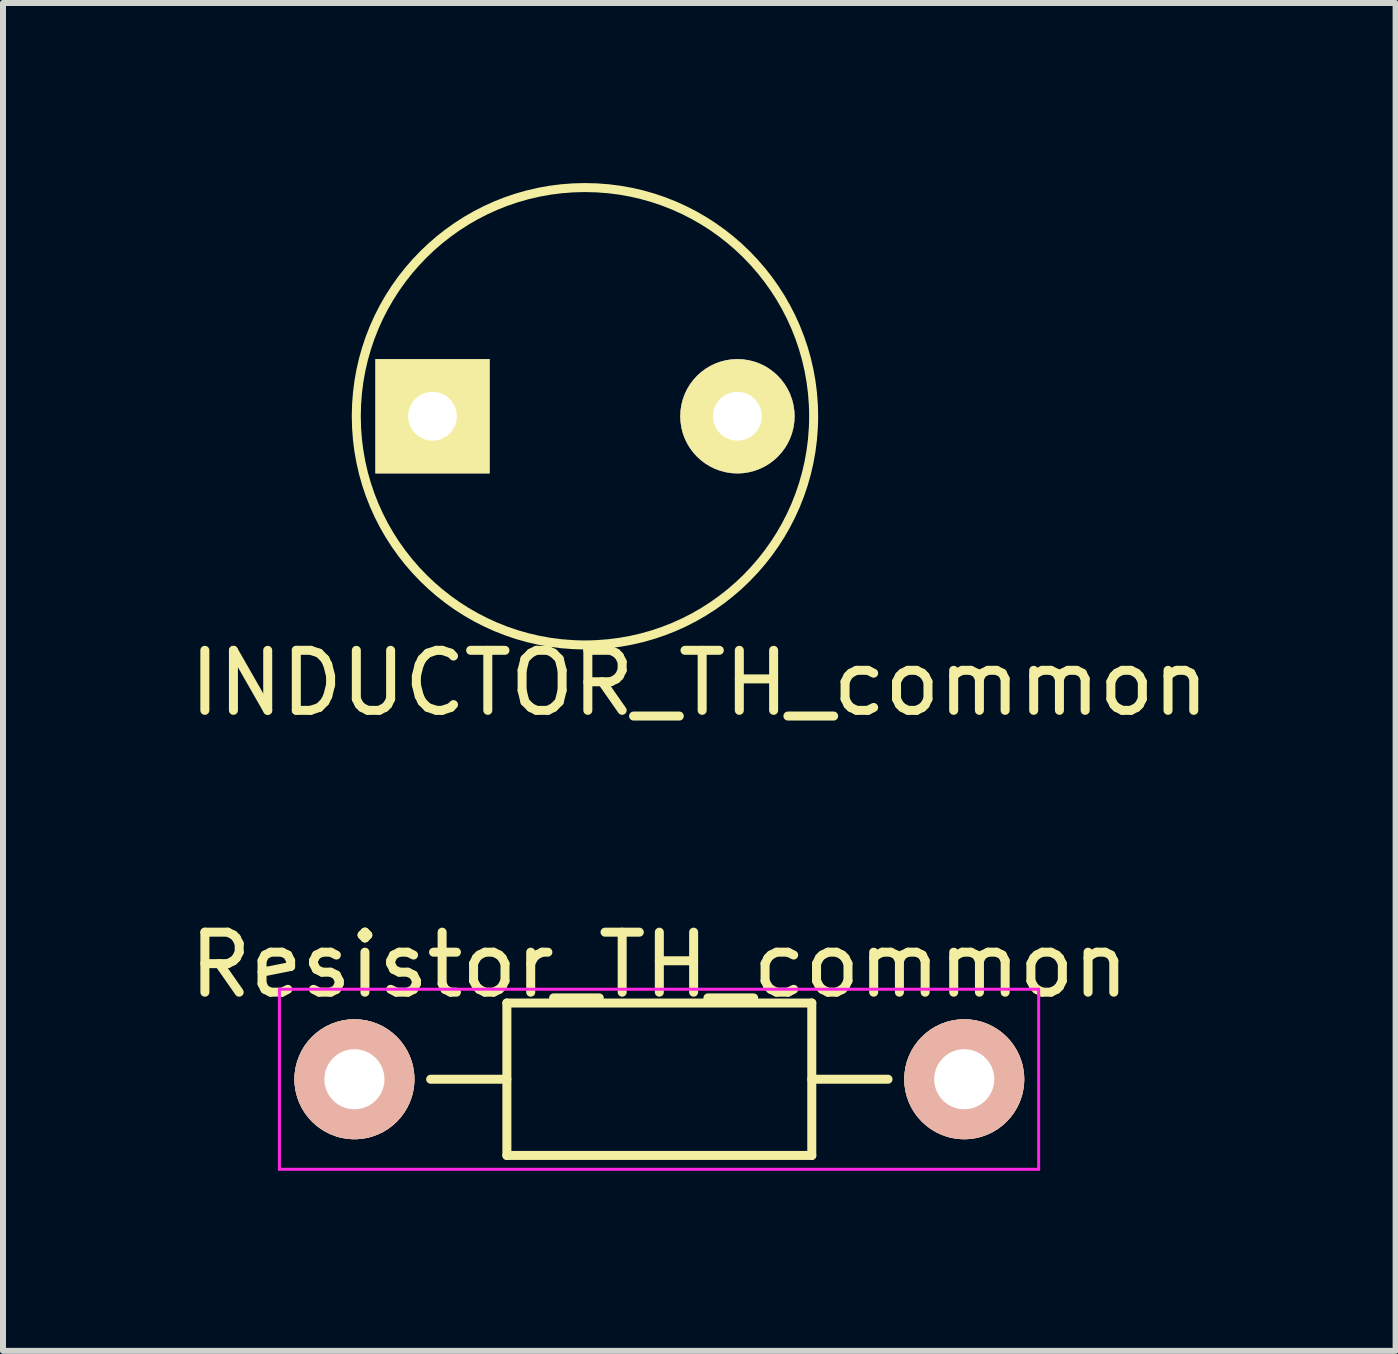
<source format=kicad_pcb>
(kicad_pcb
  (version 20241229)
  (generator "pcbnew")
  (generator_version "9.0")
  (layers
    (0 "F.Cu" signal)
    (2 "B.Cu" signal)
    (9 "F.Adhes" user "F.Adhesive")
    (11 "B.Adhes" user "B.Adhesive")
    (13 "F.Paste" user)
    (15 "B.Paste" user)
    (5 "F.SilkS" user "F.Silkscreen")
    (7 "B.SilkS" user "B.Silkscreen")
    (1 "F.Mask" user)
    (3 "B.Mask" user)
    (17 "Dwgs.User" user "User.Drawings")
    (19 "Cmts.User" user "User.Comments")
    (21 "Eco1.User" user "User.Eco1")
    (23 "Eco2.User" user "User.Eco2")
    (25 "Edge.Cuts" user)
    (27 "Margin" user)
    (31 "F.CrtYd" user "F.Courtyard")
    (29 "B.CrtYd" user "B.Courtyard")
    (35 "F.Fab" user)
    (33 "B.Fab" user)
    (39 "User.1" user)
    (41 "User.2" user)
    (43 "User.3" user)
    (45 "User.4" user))
  (footprint "Resistor_TH_common"
    (layer "F.Cu")
    (at 2.855 14.931)
    (property "Reference" "Resistor_TH_common" (at 5.08 -1.905 0) (layer "F.SilkS") (effects (font (size 1 1) (thickness 0.15))))
    (attr through_hole)
    (fp_line (start 2.54 -1.27) (end 7.62 -1.27) (stroke (width 0.15) (type solid)) (layer "F.SilkS"))
    (fp_line (start 2.54 0) (end 1.27 0) (stroke (width 0.15) (type solid)) (layer "F.SilkS"))
    (fp_line (start 2.54 1.27) (end 2.54 -1.27) (stroke (width 0.15) (type solid)) (layer "F.SilkS"))
    (fp_line (start 7.62 -1.27) (end 7.62 1.27) (stroke (width 0.15) (type solid)) (layer "F.SilkS"))
    (fp_line (start 7.62 0) (end 8.89 0) (stroke (width 0.15) (type solid)) (layer "F.SilkS"))
    (fp_line (start 7.62 1.27) (end 2.54 1.27) (stroke (width 0.15) (type solid)) (layer "F.SilkS"))
    (fp_line (start -1.25 -1.5) (end 11.4 -1.5) (stroke (width 0.05) (type solid)) (layer "F.CrtYd"))
    (fp_line (start -1.25 1.5) (end -1.25 -1.5) (stroke (width 0.05) (type solid)) (layer "F.CrtYd"))
    (fp_line (start -1.25 1.5) (end 11.4 1.5) (stroke (width 0.05) (type solid)) (layer "F.CrtYd"))
    (fp_line (start 11.4 -1.5) (end 11.4 1.5) (stroke (width 0.05) (type solid)) (layer "F.CrtYd"))
    (pad "1" thru_hole circle (at 0 0) (size 1.999 1.999) (drill 1.001) (layers "*.Cu" "*.SilkS" "*.Mask"))
    (pad "2" thru_hole circle (at 10.16 0) (size 1.999 1.999) (drill 1.001) (layers "*.Cu" "*.SilkS" "*.Mask")))
  (footprint "INDUCTOR_TH_common"
    (layer "F.Cu")
    (at 6.696 3.885)
    (property "Reference" "INDUCTOR_TH_common" (at 1.905 4.445 0) (layer "F.SilkS") (effects (font (size 1 1) (thickness 0.15))))
    (attr through_hole)
    (fp_circle (center 0 0) (end 3.81 0) (stroke (width 0.15) (type solid)) (fill no) (layer "F.SilkS"))
    (pad "1" thru_hole rect (at -2.54 0) (size 1.905 1.905) (drill 0.813) (layers "*.Cu" "*.Mask" "F.SilkS"))
    (pad "2" thru_hole circle (at 2.54 0) (size 1.905 1.905) (drill 0.813) (layers "*.Cu" "*.Mask" "F.SilkS")))
  (gr_rect
    (start -3 -3)
    (end 20.202 19.456)
    (stroke (width 0.1) (type default))
    (fill no)
    (layer "Edge.Cuts")))
</source>
